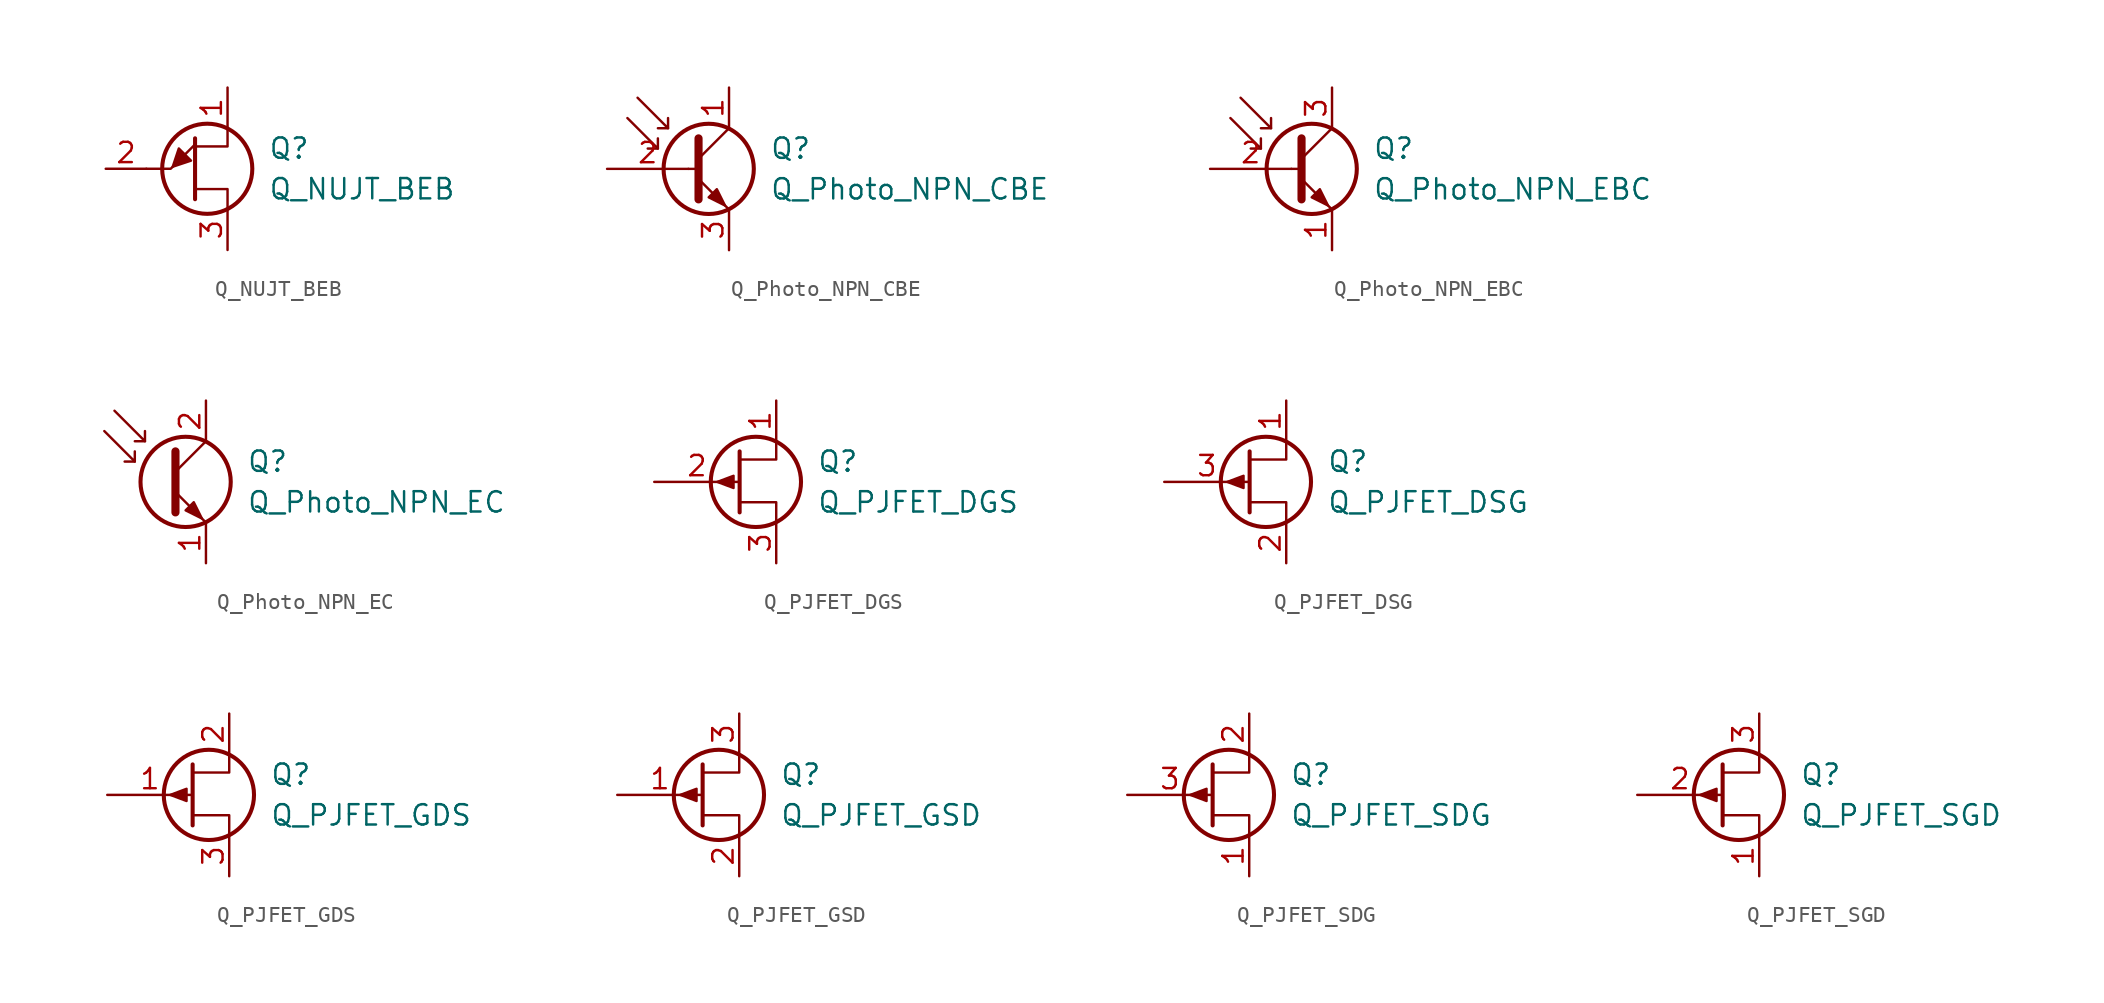
<source format=kicad_sym>
(kicad_symbol_lib
  (version 20211014)
  (generator kicad_symbol_editor)
  (symbol "Q_NUJT_BEB"
    (pin_names
      (offset 0) hide)
    (property "Reference" "Q"
      (at 5.08 1.27 0)
      (effects (font (size 1.27 1.27)) (justify left)))
    (property "Value" "Q_NUJT_BEB"
      (at 5.08 -1.27 0)
      (effects (font (size 1.27 1.27)) (justify left)))
    (symbol "Q_NUJT_BEB_0_1"
      (polyline (pts (xy -2.54 0) (xy -1.016 0) (xy 0.508 1.524)) (stroke (width 0) (type default) (color 0 0 0 0)) (fill (type none)))
      (polyline (pts (xy 0.508 1.905) (xy 0.508 -1.905) (xy 0.508 -1.905)) (stroke (width 0.254) (type default) (color 0 0 0 0)) (fill (type none)))
      (polyline (pts (xy 2.54 -2.54) (xy 2.54 -1.27) (xy 0.508 -1.27)) (stroke (width 0) (type default) (color 0 0 0 0)) (fill (type none)))
      (polyline (pts (xy 2.54 2.54) (xy 2.54 1.397) (xy 0.508 1.397)) (stroke (width 0) (type default) (color 0 0 0 0)) (fill (type none)))
      (polyline (pts (xy -0.889 0.127) (xy -0.508 1.27) (xy 0.254 0.508) (xy -0.889 0.127)) (stroke (width 0) (type default) (color 0 0 0 0)) (fill (type outline)))
      (circle (center 1.27 0) (radius 2.819) (stroke (width 0.254) (type default) (color 0 0 0 0)) (fill (type none))))
    (symbol "Q_NUJT_BEB_1_1"
      (pin passive line (at 2.54 5.08 270) (length 2.54) (name "B2" (effects (font (size 1.27 1.27)))) (number "1" (effects (font (size 1.27 1.27)))))
      (pin input line (at -5.08 0 0) (length 2.54) (name "E" (effects (font (size 1.27 1.27)))) (number "2" (effects (font (size 1.27 1.27)))))
      (pin passive line (at 2.54 -5.08 90) (length 2.54) (name "B1" (effects (font (size 1.27 1.27)))) (number "3" (effects (font (size 1.27 1.27)))))))
  (symbol "Q_Photo_NPN_CBE"
    (pin_names
      (offset 0) hide)
    (property "Reference" "Q"
      (at 5.08 1.27 0)
      (effects (font (size 1.27 1.27)) (justify left)))
    (property "Value" "Q_Photo_NPN_CBE"
      (at 5.08 -1.27 0)
      (effects (font (size 1.27 1.27)) (justify left)))
    (symbol "Q_Photo_NPN_CBE_0_1"
      (polyline (pts (xy -1.905 1.27) (xy -2.54 1.27)) (stroke (width 0) (type default) (color 0 0 0 0)) (fill (type none)))
      (polyline (pts (xy -1.27 2.54) (xy -1.905 2.54)) (stroke (width 0) (type default) (color 0 0 0 0)) (fill (type none)))
      (polyline (pts (xy 0 0) (xy 0.635 0)) (stroke (width 0) (type default) (color 0 0 0 0)) (fill (type none)))
      (polyline (pts (xy 0.635 0.635) (xy 2.54 2.54)) (stroke (width 0) (type default) (color 0 0 0 0)) (fill (type none)))
      (polyline (pts (xy -3.81 3.175) (xy -1.905 1.27) (xy -1.905 1.905)) (stroke (width 0) (type default) (color 0 0 0 0)) (fill (type none)))
      (polyline (pts (xy -3.175 4.445) (xy -1.27 2.54) (xy -1.27 3.175)) (stroke (width 0) (type default) (color 0 0 0 0)) (fill (type none)))
      (polyline (pts (xy 0.635 -0.635) (xy 2.54 -2.54) (xy 2.54 -2.54)) (stroke (width 0) (type default) (color 0 0 0 0)) (fill (type none)))
      (polyline (pts (xy 0.635 1.905) (xy 0.635 -1.905) (xy 0.635 -1.905)) (stroke (width 0.508) (type default) (color 0 0 0 0)) (fill (type none)))
      (polyline (pts (xy 1.27 -1.778) (xy 1.778 -1.27) (xy 2.286 -2.286) (xy 1.27 -1.778) (xy 1.27 -1.778)) (stroke (width 0) (type default) (color 0 0 0 0)) (fill (type outline)))
      (circle (center 1.27 0) (radius 2.819) (stroke (width 0.254) (type default) (color 0 0 0 0)) (fill (type none))))
    (symbol "Q_Photo_NPN_CBE_1_1"
      (pin passive line (at 2.54 5.08 270) (length 2.54) (name "C" (effects (font (size 1.27 1.27)))) (number "1" (effects (font (size 1.27 1.27)))))
      (pin input line (at -5.08 0 0) (length 5.08) (name "B" (effects (font (size 1.27 1.27)))) (number "2" (effects (font (size 1.27 1.27)))))
      (pin passive line (at 2.54 -5.08 90) (length 2.54) (name "E" (effects (font (size 1.27 1.27)))) (number "3" (effects (font (size 1.27 1.27)))))))
  (symbol "Q_Photo_NPN_EBC"
    (pin_names
      (offset 0) hide)
    (property "Reference" "Q"
      (at 5.08 1.27 0)
      (effects (font (size 1.27 1.27)) (justify left)))
    (property "Value" "Q_Photo_NPN_EBC"
      (at 5.08 -1.27 0)
      (effects (font (size 1.27 1.27)) (justify left)))
    (symbol "Q_Photo_NPN_EBC_0_1"
      (polyline (pts (xy -1.905 1.27) (xy -2.54 1.27)) (stroke (width 0) (type default) (color 0 0 0 0)) (fill (type none)))
      (polyline (pts (xy -1.27 2.54) (xy -1.905 2.54)) (stroke (width 0) (type default) (color 0 0 0 0)) (fill (type none)))
      (polyline (pts (xy 0 0) (xy 0.635 0)) (stroke (width 0) (type default) (color 0 0 0 0)) (fill (type none)))
      (polyline (pts (xy 0.635 0.635) (xy 2.54 2.54)) (stroke (width 0) (type default) (color 0 0 0 0)) (fill (type none)))
      (polyline (pts (xy -3.81 3.175) (xy -1.905 1.27) (xy -1.905 1.905)) (stroke (width 0) (type default) (color 0 0 0 0)) (fill (type none)))
      (polyline (pts (xy -3.175 4.445) (xy -1.27 2.54) (xy -1.27 3.175)) (stroke (width 0) (type default) (color 0 0 0 0)) (fill (type none)))
      (polyline (pts (xy 0.635 -0.635) (xy 2.54 -2.54) (xy 2.54 -2.54)) (stroke (width 0) (type default) (color 0 0 0 0)) (fill (type none)))
      (polyline (pts (xy 0.635 1.905) (xy 0.635 -1.905) (xy 0.635 -1.905)) (stroke (width 0.508) (type default) (color 0 0 0 0)) (fill (type none)))
      (polyline (pts (xy 1.27 -1.778) (xy 1.778 -1.27) (xy 2.286 -2.286) (xy 1.27 -1.778) (xy 1.27 -1.778)) (stroke (width 0) (type default) (color 0 0 0 0)) (fill (type outline)))
      (circle (center 1.27 0) (radius 2.819) (stroke (width 0.254) (type default) (color 0 0 0 0)) (fill (type none))))
    (symbol "Q_Photo_NPN_EBC_1_1"
      (pin passive line (at 2.54 -5.08 90) (length 2.54) (name "E" (effects (font (size 1.27 1.27)))) (number "1" (effects (font (size 1.27 1.27)))))
      (pin input line (at -5.08 0 0) (length 5.08) (name "B" (effects (font (size 1.27 1.27)))) (number "2" (effects (font (size 1.27 1.27)))))
      (pin passive line (at 2.54 5.08 270) (length 2.54) (name "C" (effects (font (size 1.27 1.27)))) (number "3" (effects (font (size 1.27 1.27)))))))
  (symbol "Q_Photo_NPN_EC"
    (pin_names
      (offset 0) hide)
    (property "Reference" "Q"
      (at 5.08 1.27 0)
      (effects (font (size 1.27 1.27)) (justify left)))
    (property "Value" "Q_Photo_NPN_EC"
      (at 5.08 -1.27 0)
      (effects (font (size 1.27 1.27)) (justify left)))
    (symbol "Q_Photo_NPN_EC_0_1"
      (polyline (pts (xy -1.905 1.27) (xy -2.54 1.27)) (stroke (width 0) (type default) (color 0 0 0 0)) (fill (type none)))
      (polyline (pts (xy -1.27 2.54) (xy -1.905 2.54)) (stroke (width 0) (type default) (color 0 0 0 0)) (fill (type none)))
      (polyline (pts (xy 0.635 0.635) (xy 2.54 2.54)) (stroke (width 0) (type default) (color 0 0 0 0)) (fill (type none)))
      (polyline (pts (xy -3.81 3.175) (xy -1.905 1.27) (xy -1.905 1.905)) (stroke (width 0) (type default) (color 0 0 0 0)) (fill (type none)))
      (polyline (pts (xy -3.175 4.445) (xy -1.27 2.54) (xy -1.27 3.175)) (stroke (width 0) (type default) (color 0 0 0 0)) (fill (type none)))
      (polyline (pts (xy 0.635 -0.635) (xy 2.54 -2.54) (xy 2.54 -2.54)) (stroke (width 0) (type default) (color 0 0 0 0)) (fill (type none)))
      (polyline (pts (xy 0.635 1.905) (xy 0.635 -1.905) (xy 0.635 -1.905)) (stroke (width 0.508) (type default) (color 0 0 0 0)) (fill (type none)))
      (polyline (pts (xy 1.27 -1.778) (xy 1.778 -1.27) (xy 2.286 -2.286) (xy 1.27 -1.778) (xy 1.27 -1.778)) (stroke (width 0) (type default) (color 0 0 0 0)) (fill (type outline)))
      (circle (center 1.27 0) (radius 2.819) (stroke (width 0.254) (type default) (color 0 0 0 0)) (fill (type none))))
    (symbol "Q_Photo_NPN_EC_1_1"
      (pin passive line (at 2.54 -5.08 90) (length 2.54) (name "E" (effects (font (size 1.27 1.27)))) (number "1" (effects (font (size 1.27 1.27)))))
      (pin passive line (at 2.54 5.08 270) (length 2.54) (name "C" (effects (font (size 1.27 1.27)))) (number "2" (effects (font (size 1.27 1.27)))))))
  (symbol "Q_PJFET_DGS"
    (pin_names
      (offset 0) hide)
    (property "Reference" "Q"
      (at 5.08 1.27 0)
      (effects (font (size 1.27 1.27)) (justify left)))
    (property "Value" "Q_PJFET_DGS"
      (at 5.08 -1.27 0)
      (effects (font (size 1.27 1.27)) (justify left)))
    (symbol "Q_PJFET_DGS_0_1"
      (polyline (pts (xy 0.254 1.905) (xy 0.254 -1.905) (xy 0.254 -1.905)) (stroke (width 0.254) (type default) (color 0 0 0 0)) (fill (type none)))
      (polyline (pts (xy 2.54 -2.54) (xy 2.54 -1.27) (xy 0.254 -1.27)) (stroke (width 0) (type default) (color 0 0 0 0)) (fill (type none)))
      (polyline (pts (xy 2.54 2.54) (xy 2.54 1.397) (xy 0.254 1.397)) (stroke (width 0) (type default) (color 0 0 0 0)) (fill (type none)))
      (polyline (pts (xy -1.143 0) (xy -0.127 0.381) (xy -0.127 -0.381) (xy -1.143 0)) (stroke (width 0) (type default) (color 0 0 0 0)) (fill (type outline)))
      (circle (center 1.27 0) (radius 2.819) (stroke (width 0.254) (type default) (color 0 0 0 0)) (fill (type none))))
    (symbol "Q_PJFET_DGS_1_1"
      (pin passive line (at 2.54 5.08 270) (length 2.54) (name "D" (effects (font (size 1.27 1.27)))) (number "1" (effects (font (size 1.27 1.27)))))
      (pin input line (at -5.08 0 0) (length 5.334) (name "G" (effects (font (size 1.27 1.27)))) (number "2" (effects (font (size 1.27 1.27)))))
      (pin passive line (at 2.54 -5.08 90) (length 2.54) (name "S" (effects (font (size 1.27 1.27)))) (number "3" (effects (font (size 1.27 1.27)))))))
  (symbol "Q_PJFET_DSG"
    (pin_names
      (offset 0) hide)
    (property "Reference" "Q"
      (at 5.08 1.27 0)
      (effects (font (size 1.27 1.27)) (justify left)))
    (property "Value" "Q_PJFET_DSG"
      (at 5.08 -1.27 0)
      (effects (font (size 1.27 1.27)) (justify left)))
    (symbol "Q_PJFET_DSG_0_1"
      (polyline (pts (xy 0.254 1.905) (xy 0.254 -1.905) (xy 0.254 -1.905)) (stroke (width 0.254) (type default) (color 0 0 0 0)) (fill (type none)))
      (polyline (pts (xy 2.54 -2.54) (xy 2.54 -1.27) (xy 0.254 -1.27)) (stroke (width 0) (type default) (color 0 0 0 0)) (fill (type none)))
      (polyline (pts (xy 2.54 2.54) (xy 2.54 1.397) (xy 0.254 1.397)) (stroke (width 0) (type default) (color 0 0 0 0)) (fill (type none)))
      (polyline (pts (xy -1.143 0) (xy -0.127 0.381) (xy -0.127 -0.381) (xy -1.143 0)) (stroke (width 0) (type default) (color 0 0 0 0)) (fill (type outline)))
      (circle (center 1.27 0) (radius 2.819) (stroke (width 0.254) (type default) (color 0 0 0 0)) (fill (type none))))
    (symbol "Q_PJFET_DSG_1_1"
      (pin passive line (at 2.54 5.08 270) (length 2.54) (name "D" (effects (font (size 1.27 1.27)))) (number "1" (effects (font (size 1.27 1.27)))))
      (pin passive line (at 2.54 -5.08 90) (length 2.54) (name "S" (effects (font (size 1.27 1.27)))) (number "2" (effects (font (size 1.27 1.27)))))
      (pin input line (at -5.08 0 0) (length 5.334) (name "G" (effects (font (size 1.27 1.27)))) (number "3" (effects (font (size 1.27 1.27)))))))
  (symbol "Q_PJFET_GDS"
    (pin_names
      (offset 0) hide)
    (property "Reference" "Q"
      (at 5.08 1.27 0)
      (effects (font (size 1.27 1.27)) (justify left)))
    (property "Value" "Q_PJFET_GDS"
      (at 5.08 -1.27 0)
      (effects (font (size 1.27 1.27)) (justify left)))
    (symbol "Q_PJFET_GDS_0_1"
      (polyline (pts (xy 0.254 1.905) (xy 0.254 -1.905) (xy 0.254 -1.905)) (stroke (width 0.254) (type default) (color 0 0 0 0)) (fill (type none)))
      (polyline (pts (xy 2.54 -2.54) (xy 2.54 -1.27) (xy 0.254 -1.27)) (stroke (width 0) (type default) (color 0 0 0 0)) (fill (type none)))
      (polyline (pts (xy 2.54 2.54) (xy 2.54 1.397) (xy 0.254 1.397)) (stroke (width 0) (type default) (color 0 0 0 0)) (fill (type none)))
      (polyline (pts (xy -1.143 0) (xy -0.127 0.381) (xy -0.127 -0.381) (xy -1.143 0)) (stroke (width 0) (type default) (color 0 0 0 0)) (fill (type outline)))
      (circle (center 1.27 0) (radius 2.819) (stroke (width 0.254) (type default) (color 0 0 0 0)) (fill (type none))))
    (symbol "Q_PJFET_GDS_1_1"
      (pin input line (at -5.08 0 0) (length 5.334) (name "G" (effects (font (size 1.27 1.27)))) (number "1" (effects (font (size 1.27 1.27)))))
      (pin passive line (at 2.54 5.08 270) (length 2.54) (name "D" (effects (font (size 1.27 1.27)))) (number "2" (effects (font (size 1.27 1.27)))))
      (pin passive line (at 2.54 -5.08 90) (length 2.54) (name "S" (effects (font (size 1.27 1.27)))) (number "3" (effects (font (size 1.27 1.27)))))))
  (symbol "Q_PJFET_GSD"
    (pin_names
      (offset 0) hide)
    (property "Reference" "Q"
      (at 5.08 1.27 0)
      (effects (font (size 1.27 1.27)) (justify left)))
    (property "Value" "Q_PJFET_GSD"
      (at 5.08 -1.27 0)
      (effects (font (size 1.27 1.27)) (justify left)))
    (symbol "Q_PJFET_GSD_0_1"
      (polyline (pts (xy 0.254 1.905) (xy 0.254 -1.905) (xy 0.254 -1.905)) (stroke (width 0.254) (type default) (color 0 0 0 0)) (fill (type none)))
      (polyline (pts (xy 2.54 -2.54) (xy 2.54 -1.27) (xy 0.254 -1.27)) (stroke (width 0) (type default) (color 0 0 0 0)) (fill (type none)))
      (polyline (pts (xy 2.54 2.54) (xy 2.54 1.397) (xy 0.254 1.397)) (stroke (width 0) (type default) (color 0 0 0 0)) (fill (type none)))
      (polyline (pts (xy -1.143 0) (xy -0.127 0.381) (xy -0.127 -0.381) (xy -1.143 0)) (stroke (width 0) (type default) (color 0 0 0 0)) (fill (type outline)))
      (circle (center 1.27 0) (radius 2.819) (stroke (width 0.254) (type default) (color 0 0 0 0)) (fill (type none))))
    (symbol "Q_PJFET_GSD_1_1"
      (pin input line (at -5.08 0 0) (length 5.334) (name "G" (effects (font (size 1.27 1.27)))) (number "1" (effects (font (size 1.27 1.27)))))
      (pin passive line (at 2.54 -5.08 90) (length 2.54) (name "S" (effects (font (size 1.27 1.27)))) (number "2" (effects (font (size 1.27 1.27)))))
      (pin passive line (at 2.54 5.08 270) (length 2.54) (name "D" (effects (font (size 1.27 1.27)))) (number "3" (effects (font (size 1.27 1.27)))))))
  (symbol "Q_PJFET_SDG"
    (pin_names
      (offset 0) hide)
    (property "Reference" "Q"
      (at 5.08 1.27 0)
      (effects (font (size 1.27 1.27)) (justify left)))
    (property "Value" "Q_PJFET_SDG"
      (at 5.08 -1.27 0)
      (effects (font (size 1.27 1.27)) (justify left)))
    (symbol "Q_PJFET_SDG_0_1"
      (polyline (pts (xy 0.254 1.905) (xy 0.254 -1.905) (xy 0.254 -1.905)) (stroke (width 0.254) (type default) (color 0 0 0 0)) (fill (type none)))
      (polyline (pts (xy 2.54 -2.54) (xy 2.54 -1.27) (xy 0.254 -1.27)) (stroke (width 0) (type default) (color 0 0 0 0)) (fill (type none)))
      (polyline (pts (xy 2.54 2.54) (xy 2.54 1.397) (xy 0.254 1.397)) (stroke (width 0) (type default) (color 0 0 0 0)) (fill (type none)))
      (polyline (pts (xy -1.143 0) (xy -0.127 0.381) (xy -0.127 -0.381) (xy -1.143 0)) (stroke (width 0) (type default) (color 0 0 0 0)) (fill (type outline)))
      (circle (center 1.27 0) (radius 2.819) (stroke (width 0.254) (type default) (color 0 0 0 0)) (fill (type none))))
    (symbol "Q_PJFET_SDG_1_1"
      (pin passive line (at 2.54 -5.08 90) (length 2.54) (name "S" (effects (font (size 1.27 1.27)))) (number "1" (effects (font (size 1.27 1.27)))))
      (pin passive line (at 2.54 5.08 270) (length 2.54) (name "D" (effects (font (size 1.27 1.27)))) (number "2" (effects (font (size 1.27 1.27)))))
      (pin input line (at -5.08 0 0) (length 5.334) (name "G" (effects (font (size 1.27 1.27)))) (number "3" (effects (font (size 1.27 1.27)))))))
  (symbol "Q_PJFET_SGD"
    (pin_names
      (offset 0) hide)
    (property "Reference" "Q"
      (at 5.08 1.27 0)
      (effects (font (size 1.27 1.27)) (justify left)))
    (property "Value" "Q_PJFET_SGD"
      (at 5.08 -1.27 0)
      (effects (font (size 1.27 1.27)) (justify left)))
    (symbol "Q_PJFET_SGD_0_1"
      (polyline (pts (xy 0.254 1.905) (xy 0.254 -1.905) (xy 0.254 -1.905)) (stroke (width 0.254) (type default) (color 0 0 0 0)) (fill (type none)))
      (polyline (pts (xy 2.54 -2.54) (xy 2.54 -1.27) (xy 0.254 -1.27)) (stroke (width 0) (type default) (color 0 0 0 0)) (fill (type none)))
      (polyline (pts (xy 2.54 2.54) (xy 2.54 1.397) (xy 0.254 1.397)) (stroke (width 0) (type default) (color 0 0 0 0)) (fill (type none)))
      (polyline (pts (xy -1.143 0) (xy -0.127 0.381) (xy -0.127 -0.381) (xy -1.143 0)) (stroke (width 0) (type default) (color 0 0 0 0)) (fill (type outline)))
      (circle (center 1.27 0) (radius 2.819) (stroke (width 0.254) (type default) (color 0 0 0 0)) (fill (type none))))
    (symbol "Q_PJFET_SGD_1_1"
      (pin passive line (at 2.54 -5.08 90) (length 2.54) (name "S" (effects (font (size 1.27 1.27)))) (number "1" (effects (font (size 1.27 1.27)))))
      (pin input line (at -5.08 0 0) (length 5.334) (name "G" (effects (font (size 1.27 1.27)))) (number "2" (effects (font (size 1.27 1.27)))))
      (pin passive line (at 2.54 5.08 270) (length 2.54) (name "D" (effects (font (size 1.27 1.27)))) (number "3" (effects (font (size 1.27 1.27))))))))
</source>
